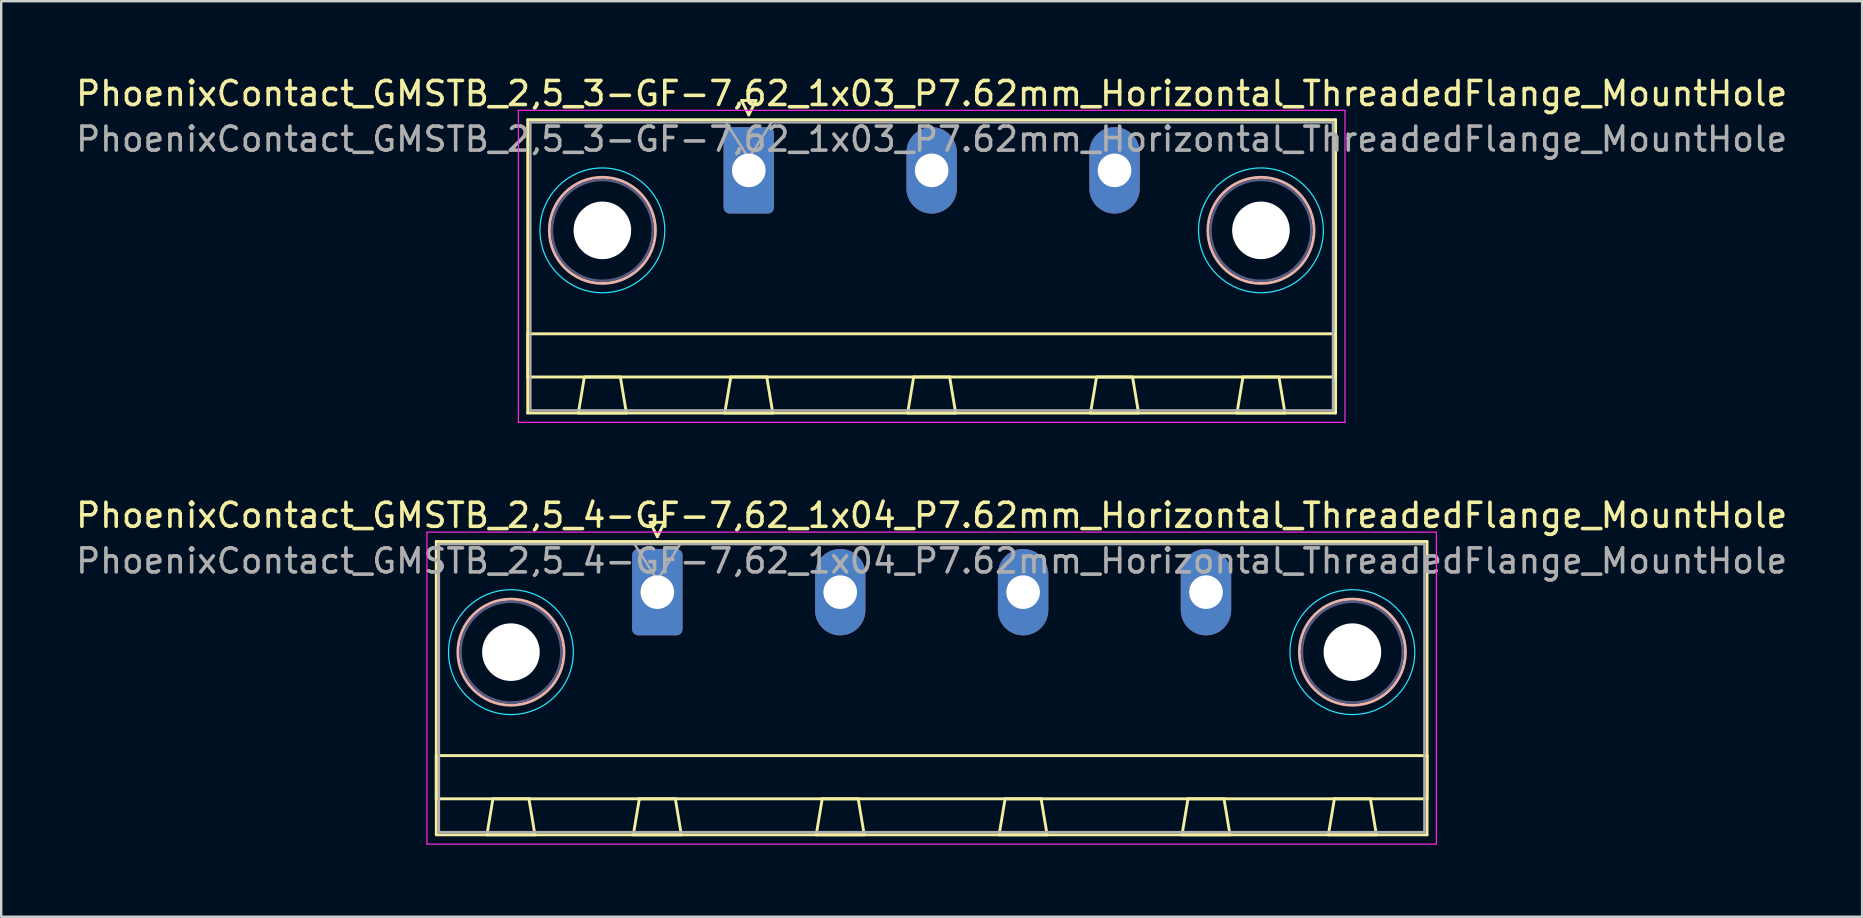
<source format=kicad_pcb>
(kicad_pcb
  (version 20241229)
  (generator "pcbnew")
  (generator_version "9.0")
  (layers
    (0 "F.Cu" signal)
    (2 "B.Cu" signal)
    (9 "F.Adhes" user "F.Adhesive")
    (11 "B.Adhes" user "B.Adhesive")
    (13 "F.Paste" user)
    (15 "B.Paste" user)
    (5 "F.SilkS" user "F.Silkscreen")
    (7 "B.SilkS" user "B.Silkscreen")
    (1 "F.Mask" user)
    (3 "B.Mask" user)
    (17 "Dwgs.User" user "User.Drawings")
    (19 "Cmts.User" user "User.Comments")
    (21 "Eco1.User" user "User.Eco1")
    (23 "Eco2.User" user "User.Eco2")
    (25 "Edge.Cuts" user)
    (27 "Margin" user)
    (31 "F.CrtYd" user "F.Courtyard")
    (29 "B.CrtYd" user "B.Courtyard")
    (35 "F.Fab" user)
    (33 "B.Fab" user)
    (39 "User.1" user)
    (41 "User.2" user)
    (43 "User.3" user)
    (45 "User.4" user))
  (footprint "PhoenixContact_GMSTB_2,5_3-GF-7,62_1x03_P7.62mm_Horizontal_ThreadedFlange_MountHole"
    (layer "F.Cu")
    (at 28.148 4.048)
    (property "Reference" "PhoenixContact_GMSTB_2,5_3-GF-7,62_1x03_P7.62mm_Horizontal_ThreadedFlange_MountHole" (at 7.62 -3.2 0) (layer "F.SilkS") (effects (font (size 1 1) (thickness 0.15))))
    (attr through_hole)
    (fp_line (start -9.21 -2.11) (end -9.21 10.11) (stroke (width 0.12) (type solid)) (layer "F.SilkS"))
    (fp_line (start -9.21 6.81) (end 24.45 6.81) (stroke (width 0.12) (type solid)) (layer "F.SilkS"))
    (fp_line (start -9.21 8.61) (end -9.21 6.81) (stroke (width 0.12) (type solid)) (layer "F.SilkS"))
    (fp_line (start -9.21 10.11) (end 24.45 10.11) (stroke (width 0.12) (type solid)) (layer "F.SilkS"))
    (fp_line (start -7.1 10.11) (end -5.1 10.11) (stroke (width 0.12) (type solid)) (layer "F.SilkS"))
    (fp_line (start -6.85 8.61) (end -7.1 10.11) (stroke (width 0.12) (type solid)) (layer "F.SilkS"))
    (fp_line (start -5.35 8.61) (end -6.85 8.61) (stroke (width 0.12) (type solid)) (layer "F.SilkS"))
    (fp_line (start -5.1 10.11) (end -5.35 8.61) (stroke (width 0.12) (type solid)) (layer "F.SilkS"))
    (fp_line (start -1 10.11) (end 1 10.11) (stroke (width 0.12) (type solid)) (layer "F.SilkS"))
    (fp_line (start -0.75 8.61) (end -1 10.11) (stroke (width 0.12) (type solid)) (layer "F.SilkS"))
    (fp_line (start -0.3 -2.91) (end 0.3 -2.91) (stroke (width 0.12) (type solid)) (layer "F.SilkS"))
    (fp_line (start 0 -2.31) (end -0.3 -2.91) (stroke (width 0.12) (type solid)) (layer "F.SilkS"))
    (fp_line (start 0.3 -2.91) (end 0 -2.31) (stroke (width 0.12) (type solid)) (layer "F.SilkS"))
    (fp_line (start 0.75 8.61) (end -0.75 8.61) (stroke (width 0.12) (type solid)) (layer "F.SilkS"))
    (fp_line (start 1 10.11) (end 0.75 8.61) (stroke (width 0.12) (type solid)) (layer "F.SilkS"))
    (fp_line (start 6.62 10.11) (end 8.62 10.11) (stroke (width 0.12) (type solid)) (layer "F.SilkS"))
    (fp_line (start 6.87 8.61) (end 6.62 10.11) (stroke (width 0.12) (type solid)) (layer "F.SilkS"))
    (fp_line (start 8.37 8.61) (end 6.87 8.61) (stroke (width 0.12) (type solid)) (layer "F.SilkS"))
    (fp_line (start 8.62 10.11) (end 8.37 8.61) (stroke (width 0.12) (type solid)) (layer "F.SilkS"))
    (fp_line (start 14.24 10.11) (end 16.24 10.11) (stroke (width 0.12) (type solid)) (layer "F.SilkS"))
    (fp_line (start 14.49 8.61) (end 14.24 10.11) (stroke (width 0.12) (type solid)) (layer "F.SilkS"))
    (fp_line (start 15.99 8.61) (end 14.49 8.61) (stroke (width 0.12) (type solid)) (layer "F.SilkS"))
    (fp_line (start 16.24 10.11) (end 15.99 8.61) (stroke (width 0.12) (type solid)) (layer "F.SilkS"))
    (fp_line (start 20.34 10.11) (end 22.34 10.11) (stroke (width 0.12) (type solid)) (layer "F.SilkS"))
    (fp_line (start 20.59 8.61) (end 20.34 10.11) (stroke (width 0.12) (type solid)) (layer "F.SilkS"))
    (fp_line (start 22.09 8.61) (end 20.59 8.61) (stroke (width 0.12) (type solid)) (layer "F.SilkS"))
    (fp_line (start 22.34 10.11) (end 22.09 8.61) (stroke (width 0.12) (type solid)) (layer "F.SilkS"))
    (fp_line (start 24.45 -2.11) (end -9.21 -2.11) (stroke (width 0.12) (type solid)) (layer "F.SilkS"))
    (fp_line (start 24.45 6.81) (end 24.45 8.61) (stroke (width 0.12) (type solid)) (layer "F.SilkS"))
    (fp_line (start 24.45 8.61) (end -9.21 8.61) (stroke (width 0.12) (type solid)) (layer "F.SilkS"))
    (fp_line (start 24.45 10.11) (end 24.45 -2.11) (stroke (width 0.12) (type solid)) (layer "F.SilkS"))
    (fp_circle (center -6.1 2.5) (end -3.89 2.5) (stroke (width 0.12) (type solid)) (fill no) (layer "B.SilkS"))
    (fp_circle (center 21.34 2.5) (end 23.55 2.5) (stroke (width 0.12) (type solid)) (fill no) (layer "B.SilkS"))
    (fp_circle (center -6.1 2.5) (end -3.5 2.5) (stroke (width 0.05) (type solid)) (fill no) (layer "B.CrtYd"))
    (fp_circle (center 21.34 2.5) (end 23.94 2.5) (stroke (width 0.05) (type solid)) (fill no) (layer "B.CrtYd"))
    (fp_line (start -9.6 -2.5) (end -9.6 10.5) (stroke (width 0.05) (type solid)) (layer "F.CrtYd"))
    (fp_line (start -9.6 10.5) (end 24.84 10.5) (stroke (width 0.05) (type solid)) (layer "F.CrtYd"))
    (fp_line (start 24.84 -2.5) (end -9.6 -2.5) (stroke (width 0.05) (type solid)) (layer "F.CrtYd"))
    (fp_line (start 24.84 10.5) (end 24.84 -2.5) (stroke (width 0.05) (type solid)) (layer "F.CrtYd"))
    (fp_circle (center -6.1 2.5) (end -4 2.5) (stroke (width 0.1) (type solid)) (fill no) (layer "B.Fab"))
    (fp_circle (center 21.34 2.5) (end 23.44 2.5) (stroke (width 0.1) (type solid)) (fill no) (layer "B.Fab"))
    (fp_line (start -9.1 -2) (end -9.1 10) (stroke (width 0.1) (type solid)) (layer "F.Fab"))
    (fp_line (start -9.1 10) (end 24.34 10) (stroke (width 0.1) (type solid)) (layer "F.Fab"))
    (fp_line (start 0 -0.5) (end -0.95 -2) (stroke (width 0.1) (type solid)) (layer "F.Fab"))
    (fp_line (start 0.95 -2) (end 0 -0.5) (stroke (width 0.1) (type solid)) (layer "F.Fab"))
    (fp_line (start 24.34 -2) (end -9.1 -2) (stroke (width 0.1) (type solid)) (layer "F.Fab"))
    (fp_line (start 24.34 10) (end 24.34 -2) (stroke (width 0.1) (type solid)) (layer "F.Fab"))
    (fp_text user "${REFERENCE}" (at 7.62 -1.3 0) (layer "F.Fab") (effects (font (size 1 1) (thickness 0.15))))
    (pad "" np_thru_hole circle (at -6.1 2.5) (size 2.4 2.4) (drill 2.4) (layers "*.Cu" "*.Mask"))
    (pad "" np_thru_hole circle (at 21.34 2.5) (size 2.4 2.4) (drill 2.4) (layers "*.Cu" "*.Mask"))
    (pad "1" thru_hole roundrect (at 0 0) (size 2.1 3.6) (drill 1.4) (layers "*.Cu" "*.Mask") (roundrect_rratio 0.119))
    (pad "2" thru_hole oval (at 7.62 0) (size 2.1 3.6) (drill 1.4) (layers "*.Cu" "*.Mask"))
    (pad "3" thru_hole oval (at 15.24 0) (size 2.1 3.6) (drill 1.4) (layers "*.Cu" "*.Mask")))
  (footprint "PhoenixContact_GMSTB_2,5_4-GF-7,62_1x04_P7.62mm_Horizontal_ThreadedFlange_MountHole"
    (layer "F.Cu")
    (at 24.338 21.622)
    (property "Reference" "PhoenixContact_GMSTB_2,5_4-GF-7,62_1x04_P7.62mm_Horizontal_ThreadedFlange_MountHole" (at 11.43 -3.2 0) (layer "F.SilkS") (effects (font (size 1 1) (thickness 0.15))))
    (attr through_hole)
    (fp_line (start -9.21 -2.11) (end -9.21 10.11) (stroke (width 0.12) (type solid)) (layer "F.SilkS"))
    (fp_line (start -9.21 6.81) (end 32.07 6.81) (stroke (width 0.12) (type solid)) (layer "F.SilkS"))
    (fp_line (start -9.21 8.61) (end -9.21 6.81) (stroke (width 0.12) (type solid)) (layer "F.SilkS"))
    (fp_line (start -9.21 10.11) (end 32.07 10.11) (stroke (width 0.12) (type solid)) (layer "F.SilkS"))
    (fp_line (start -7.1 10.11) (end -5.1 10.11) (stroke (width 0.12) (type solid)) (layer "F.SilkS"))
    (fp_line (start -6.85 8.61) (end -7.1 10.11) (stroke (width 0.12) (type solid)) (layer "F.SilkS"))
    (fp_line (start -5.35 8.61) (end -6.85 8.61) (stroke (width 0.12) (type solid)) (layer "F.SilkS"))
    (fp_line (start -5.1 10.11) (end -5.35 8.61) (stroke (width 0.12) (type solid)) (layer "F.SilkS"))
    (fp_line (start -1 10.11) (end 1 10.11) (stroke (width 0.12) (type solid)) (layer "F.SilkS"))
    (fp_line (start -0.75 8.61) (end -1 10.11) (stroke (width 0.12) (type solid)) (layer "F.SilkS"))
    (fp_line (start -0.3 -2.91) (end 0.3 -2.91) (stroke (width 0.12) (type solid)) (layer "F.SilkS"))
    (fp_line (start 0 -2.31) (end -0.3 -2.91) (stroke (width 0.12) (type solid)) (layer "F.SilkS"))
    (fp_line (start 0.3 -2.91) (end 0 -2.31) (stroke (width 0.12) (type solid)) (layer "F.SilkS"))
    (fp_line (start 0.75 8.61) (end -0.75 8.61) (stroke (width 0.12) (type solid)) (layer "F.SilkS"))
    (fp_line (start 1 10.11) (end 0.75 8.61) (stroke (width 0.12) (type solid)) (layer "F.SilkS"))
    (fp_line (start 6.62 10.11) (end 8.62 10.11) (stroke (width 0.12) (type solid)) (layer "F.SilkS"))
    (fp_line (start 6.87 8.61) (end 6.62 10.11) (stroke (width 0.12) (type solid)) (layer "F.SilkS"))
    (fp_line (start 8.37 8.61) (end 6.87 8.61) (stroke (width 0.12) (type solid)) (layer "F.SilkS"))
    (fp_line (start 8.62 10.11) (end 8.37 8.61) (stroke (width 0.12) (type solid)) (layer "F.SilkS"))
    (fp_line (start 14.24 10.11) (end 16.24 10.11) (stroke (width 0.12) (type solid)) (layer "F.SilkS"))
    (fp_line (start 14.49 8.61) (end 14.24 10.11) (stroke (width 0.12) (type solid)) (layer "F.SilkS"))
    (fp_line (start 15.99 8.61) (end 14.49 8.61) (stroke (width 0.12) (type solid)) (layer "F.SilkS"))
    (fp_line (start 16.24 10.11) (end 15.99 8.61) (stroke (width 0.12) (type solid)) (layer "F.SilkS"))
    (fp_line (start 21.86 10.11) (end 23.86 10.11) (stroke (width 0.12) (type solid)) (layer "F.SilkS"))
    (fp_line (start 22.11 8.61) (end 21.86 10.11) (stroke (width 0.12) (type solid)) (layer "F.SilkS"))
    (fp_line (start 23.61 8.61) (end 22.11 8.61) (stroke (width 0.12) (type solid)) (layer "F.SilkS"))
    (fp_line (start 23.86 10.11) (end 23.61 8.61) (stroke (width 0.12) (type solid)) (layer "F.SilkS"))
    (fp_line (start 27.96 10.11) (end 29.96 10.11) (stroke (width 0.12) (type solid)) (layer "F.SilkS"))
    (fp_line (start 28.21 8.61) (end 27.96 10.11) (stroke (width 0.12) (type solid)) (layer "F.SilkS"))
    (fp_line (start 29.71 8.61) (end 28.21 8.61) (stroke (width 0.12) (type solid)) (layer "F.SilkS"))
    (fp_line (start 29.96 10.11) (end 29.71 8.61) (stroke (width 0.12) (type solid)) (layer "F.SilkS"))
    (fp_line (start 32.07 -2.11) (end -9.21 -2.11) (stroke (width 0.12) (type solid)) (layer "F.SilkS"))
    (fp_line (start 32.07 6.81) (end 32.07 8.61) (stroke (width 0.12) (type solid)) (layer "F.SilkS"))
    (fp_line (start 32.07 8.61) (end -9.21 8.61) (stroke (width 0.12) (type solid)) (layer "F.SilkS"))
    (fp_line (start 32.07 10.11) (end 32.07 -2.11) (stroke (width 0.12) (type solid)) (layer "F.SilkS"))
    (fp_circle (center -6.1 2.5) (end -3.89 2.5) (stroke (width 0.12) (type solid)) (fill no) (layer "B.SilkS"))
    (fp_circle (center 28.96 2.5) (end 31.17 2.5) (stroke (width 0.12) (type solid)) (fill no) (layer "B.SilkS"))
    (fp_circle (center -6.1 2.5) (end -3.5 2.5) (stroke (width 0.05) (type solid)) (fill no) (layer "B.CrtYd"))
    (fp_circle (center 28.96 2.5) (end 31.56 2.5) (stroke (width 0.05) (type solid)) (fill no) (layer "B.CrtYd"))
    (fp_line (start -9.6 -2.5) (end -9.6 10.5) (stroke (width 0.05) (type solid)) (layer "F.CrtYd"))
    (fp_line (start -9.6 10.5) (end 32.46 10.5) (stroke (width 0.05) (type solid)) (layer "F.CrtYd"))
    (fp_line (start 32.46 -2.5) (end -9.6 -2.5) (stroke (width 0.05) (type solid)) (layer "F.CrtYd"))
    (fp_line (start 32.46 10.5) (end 32.46 -2.5) (stroke (width 0.05) (type solid)) (layer "F.CrtYd"))
    (fp_circle (center -6.1 2.5) (end -4 2.5) (stroke (width 0.1) (type solid)) (fill no) (layer "B.Fab"))
    (fp_circle (center 28.96 2.5) (end 31.06 2.5) (stroke (width 0.1) (type solid)) (fill no) (layer "B.Fab"))
    (fp_line (start -9.1 -2) (end -9.1 10) (stroke (width 0.1) (type solid)) (layer "F.Fab"))
    (fp_line (start -9.1 10) (end 31.96 10) (stroke (width 0.1) (type solid)) (layer "F.Fab"))
    (fp_line (start 0 -0.5) (end -0.95 -2) (stroke (width 0.1) (type solid)) (layer "F.Fab"))
    (fp_line (start 0.95 -2) (end 0 -0.5) (stroke (width 0.1) (type solid)) (layer "F.Fab"))
    (fp_line (start 31.96 -2) (end -9.1 -2) (stroke (width 0.1) (type solid)) (layer "F.Fab"))
    (fp_line (start 31.96 10) (end 31.96 -2) (stroke (width 0.1) (type solid)) (layer "F.Fab"))
    (fp_text user "${REFERENCE}" (at 11.43 -1.3 0) (layer "F.Fab") (effects (font (size 1 1) (thickness 0.15))))
    (pad "" np_thru_hole circle (at -6.1 2.5) (size 2.4 2.4) (drill 2.4) (layers "*.Cu" "*.Mask"))
    (pad "" np_thru_hole circle (at 28.96 2.5) (size 2.4 2.4) (drill 2.4) (layers "*.Cu" "*.Mask"))
    (pad "1" thru_hole roundrect (at 0 0) (size 2.1 3.6) (drill 1.4) (layers "*.Cu" "*.Mask") (roundrect_rratio 0.119))
    (pad "2" thru_hole oval (at 7.62 0) (size 2.1 3.6) (drill 1.4) (layers "*.Cu" "*.Mask"))
    (pad "3" thru_hole oval (at 15.24 0) (size 2.1 3.6) (drill 1.4) (layers "*.Cu" "*.Mask"))
    (pad "4" thru_hole oval (at 22.86 0) (size 2.1 3.6) (drill 1.4) (layers "*.Cu" "*.Mask")))
  (gr_rect
    (start -3 -3)
    (end 74.536 35.147)
    (stroke (width 0.1) (type default))
    (fill no)
    (layer "Edge.Cuts")))
</source>
